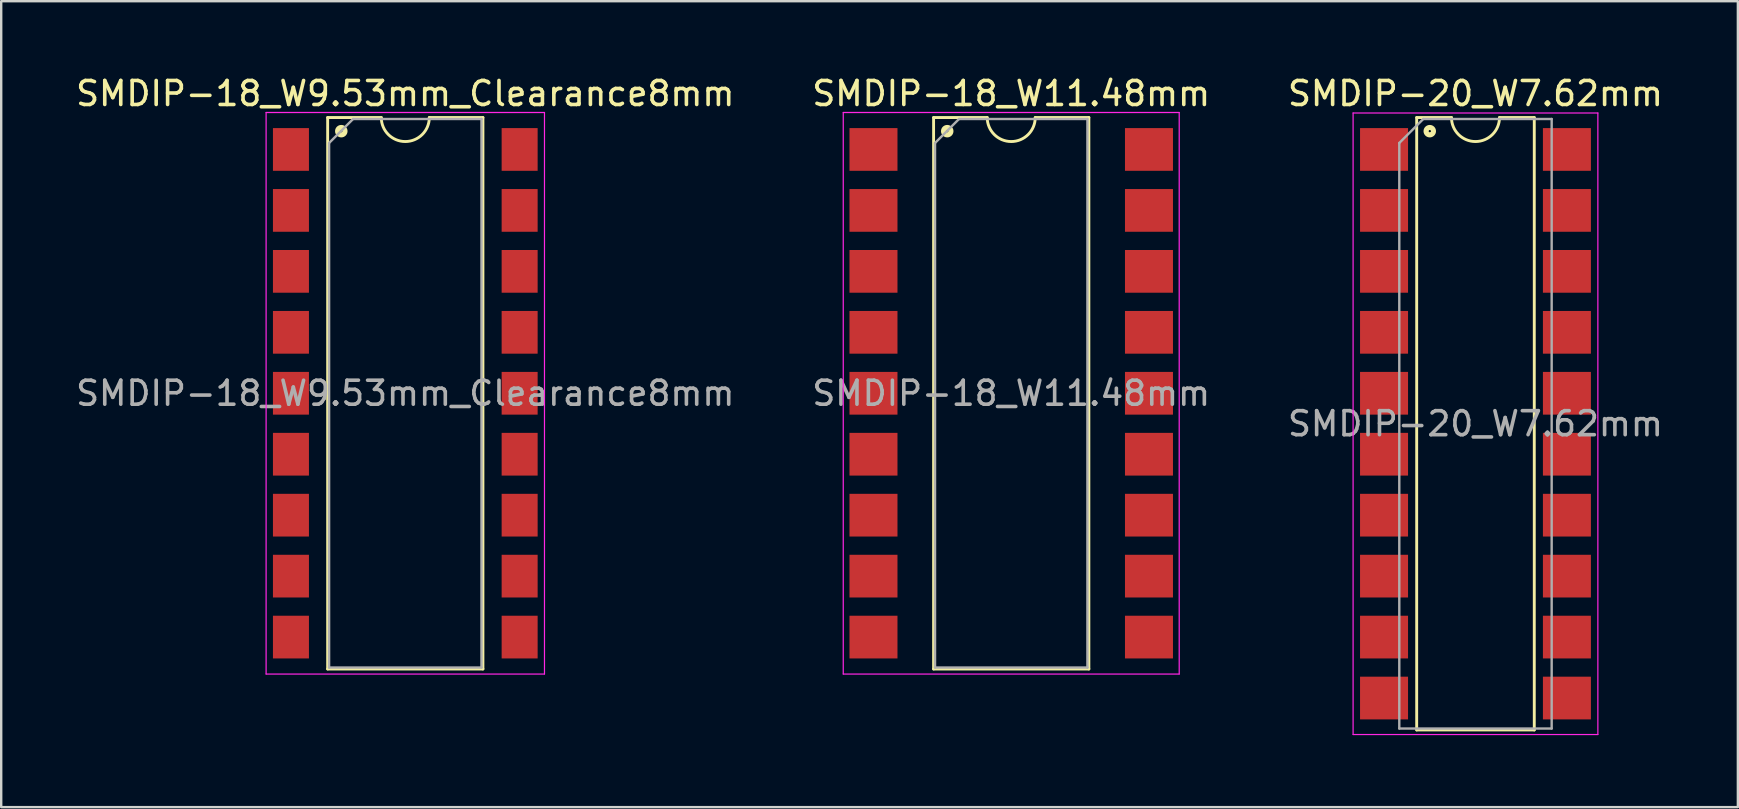
<source format=kicad_pcb>
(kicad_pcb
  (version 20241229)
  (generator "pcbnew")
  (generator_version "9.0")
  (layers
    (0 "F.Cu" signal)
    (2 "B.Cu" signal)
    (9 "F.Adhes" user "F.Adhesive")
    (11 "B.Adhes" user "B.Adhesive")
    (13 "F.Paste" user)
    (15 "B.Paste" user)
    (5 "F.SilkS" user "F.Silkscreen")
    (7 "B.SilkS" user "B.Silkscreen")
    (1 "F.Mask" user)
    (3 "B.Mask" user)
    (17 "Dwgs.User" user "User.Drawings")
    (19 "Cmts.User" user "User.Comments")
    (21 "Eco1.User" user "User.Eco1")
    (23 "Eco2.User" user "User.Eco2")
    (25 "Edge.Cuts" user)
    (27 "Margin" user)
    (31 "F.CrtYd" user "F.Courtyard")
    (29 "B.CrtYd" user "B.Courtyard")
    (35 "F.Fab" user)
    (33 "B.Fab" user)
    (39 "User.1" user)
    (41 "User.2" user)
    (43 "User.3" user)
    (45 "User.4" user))
  (footprint "SMDIP-18_W11.48mm"
    (layer "F.Cu")
    (at 39.089 13.338)
    (property "Reference" "SMDIP-18_W11.48mm" (at 0 -12.49 0) (layer "F.SilkS") (effects (font (size 1 1) (thickness 0.15))))
    (attr smd)
    (fp_line (start -3.235 -11.49) (end -3.235 11.49) (stroke (width 0.12) (type solid)) (layer "F.SilkS"))
    (fp_line (start -3.235 11.49) (end 3.235 11.49) (stroke (width 0.12) (type solid)) (layer "F.SilkS"))
    (fp_line (start -1 -11.49) (end -3.235 -11.49) (stroke (width 0.12) (type solid)) (layer "F.SilkS"))
    (fp_line (start 3.235 -11.49) (end 1 -11.49) (stroke (width 0.12) (type solid)) (layer "F.SilkS"))
    (fp_line (start 3.235 11.49) (end 3.235 -11.49) (stroke (width 0.12) (type solid)) (layer "F.SilkS"))
    (fp_arc (start 1 -11.49) (mid 0 -10.49) (end -1 -11.49) (stroke (width 0.12) (type solid)) (layer "F.SilkS"))
    (fp_circle (center -2.667 -10.922) (end -2.617 -10.922) (stroke (width 0.12) (type solid)) (fill no) (layer "F.SilkS"))
    (fp_circle (center -2.667 -10.922) (end -2.542 -10.922) (stroke (width 0.12) (type solid)) (fill no) (layer "F.SilkS"))
    (fp_circle (center -2.667 -10.922) (end -2.467 -10.922) (stroke (width 0.12) (type solid)) (fill no) (layer "F.SilkS"))
    (fp_line (start -7 -11.7) (end -7 11.7) (stroke (width 0.05) (type solid)) (layer "F.CrtYd"))
    (fp_line (start -7 11.7) (end 7 11.7) (stroke (width 0.05) (type solid)) (layer "F.CrtYd"))
    (fp_line (start 7 -11.7) (end -7 -11.7) (stroke (width 0.05) (type solid)) (layer "F.CrtYd"))
    (fp_line (start 7 11.7) (end 7 -11.7) (stroke (width 0.05) (type solid)) (layer "F.CrtYd"))
    (fp_line (start -3.175 -10.43) (end -2.175 -11.43) (stroke (width 0.1) (type solid)) (layer "F.Fab"))
    (fp_line (start -3.175 11.43) (end -3.175 -10.43) (stroke (width 0.1) (type solid)) (layer "F.Fab"))
    (fp_line (start -2.175 -11.43) (end 3.175 -11.43) (stroke (width 0.1) (type solid)) (layer "F.Fab"))
    (fp_line (start 3.175 -11.43) (end 3.175 11.43) (stroke (width 0.1) (type solid)) (layer "F.Fab"))
    (fp_line (start 3.175 11.43) (end -3.175 11.43) (stroke (width 0.1) (type solid)) (layer "F.Fab"))
    (fp_text user "${REFERENCE}" (at 0 0 0) (layer "F.Fab") (effects (font (size 1 1) (thickness 0.15))))
    (pad "1" smd rect (at -5.74 -10.16) (size 2 1.78) (layers "F.Cu" "F.Mask" "F.Paste"))
    (pad "2" smd rect (at -5.74 -7.62) (size 2 1.78) (layers "F.Cu" "F.Mask" "F.Paste"))
    (pad "3" smd rect (at -5.74 -5.08) (size 2 1.78) (layers "F.Cu" "F.Mask" "F.Paste"))
    (pad "4" smd rect (at -5.74 -2.54) (size 2 1.78) (layers "F.Cu" "F.Mask" "F.Paste"))
    (pad "5" smd rect (at -5.74 0) (size 2 1.78) (layers "F.Cu" "F.Mask" "F.Paste"))
    (pad "6" smd rect (at -5.74 2.54) (size 2 1.78) (layers "F.Cu" "F.Mask" "F.Paste"))
    (pad "7" smd rect (at -5.74 5.08) (size 2 1.78) (layers "F.Cu" "F.Mask" "F.Paste"))
    (pad "8" smd rect (at -5.74 7.62) (size 2 1.78) (layers "F.Cu" "F.Mask" "F.Paste"))
    (pad "9" smd rect (at -5.74 10.16) (size 2 1.78) (layers "F.Cu" "F.Mask" "F.Paste"))
    (pad "10" smd rect (at 5.74 10.16) (size 2 1.78) (layers "F.Cu" "F.Mask" "F.Paste"))
    (pad "11" smd rect (at 5.74 7.62) (size 2 1.78) (layers "F.Cu" "F.Mask" "F.Paste"))
    (pad "12" smd rect (at 5.74 5.08) (size 2 1.78) (layers "F.Cu" "F.Mask" "F.Paste"))
    (pad "13" smd rect (at 5.74 2.54) (size 2 1.78) (layers "F.Cu" "F.Mask" "F.Paste"))
    (pad "14" smd rect (at 5.74 0) (size 2 1.78) (layers "F.Cu" "F.Mask" "F.Paste"))
    (pad "15" smd rect (at 5.74 -2.54) (size 2 1.78) (layers "F.Cu" "F.Mask" "F.Paste"))
    (pad "16" smd rect (at 5.74 -5.08) (size 2 1.78) (layers "F.Cu" "F.Mask" "F.Paste"))
    (pad "17" smd rect (at 5.74 -7.62) (size 2 1.78) (layers "F.Cu" "F.Mask" "F.Paste"))
    (pad "18" smd rect (at 5.74 -10.16) (size 2 1.78) (layers "F.Cu" "F.Mask" "F.Paste")))
  (footprint "SMDIP-20_W7.62mm"
    (layer "F.Cu")
    (at 58.435 14.608)
    (property "Reference" "SMDIP-20_W7.62mm" (at 0 -13.76 0) (layer "F.SilkS") (effects (font (size 1 1) (thickness 0.15))))
    (attr smd)
    (fp_line (start -2.45 -12.76) (end -2.45 12.76) (stroke (width 0.12) (type solid)) (layer "F.SilkS"))
    (fp_line (start -2.45 12.76) (end 2.45 12.76) (stroke (width 0.12) (type solid)) (layer "F.SilkS"))
    (fp_line (start -1 -12.76) (end -2.45 -12.76) (stroke (width 0.12) (type solid)) (layer "F.SilkS"))
    (fp_line (start 2.45 -12.76) (end 1 -12.76) (stroke (width 0.12) (type solid)) (layer "F.SilkS"))
    (fp_line (start 2.45 12.76) (end 2.45 -12.76) (stroke (width 0.12) (type solid)) (layer "F.SilkS"))
    (fp_arc (start 1 -12.76) (mid 0 -11.76) (end -1 -12.76) (stroke (width 0.12) (type solid)) (layer "F.SilkS"))
    (fp_circle (center -1.905 -12.192) (end -1.855 -12.192) (stroke (width 0.12) (type solid)) (fill no) (layer "F.SilkS"))
    (fp_circle (center -1.905 -12.192) (end -1.78 -12.192) (stroke (width 0.12) (type solid)) (fill no) (layer "F.SilkS"))
    (fp_circle (center -1.905 -12.192) (end -1.705 -12.192) (stroke (width 0.12) (type solid)) (fill no) (layer "F.SilkS"))
    (fp_line (start -5.1 -12.95) (end -5.1 12.95) (stroke (width 0.05) (type solid)) (layer "F.CrtYd"))
    (fp_line (start -5.1 12.95) (end 5.1 12.95) (stroke (width 0.05) (type solid)) (layer "F.CrtYd"))
    (fp_line (start 5.1 -12.95) (end -5.1 -12.95) (stroke (width 0.05) (type solid)) (layer "F.CrtYd"))
    (fp_line (start 5.1 12.95) (end 5.1 -12.95) (stroke (width 0.05) (type solid)) (layer "F.CrtYd"))
    (fp_line (start -3.175 -11.7) (end -2.175 -12.7) (stroke (width 0.1) (type solid)) (layer "F.Fab"))
    (fp_line (start -3.175 12.7) (end -3.175 -11.7) (stroke (width 0.1) (type solid)) (layer "F.Fab"))
    (fp_line (start -2.175 -12.7) (end 3.175 -12.7) (stroke (width 0.1) (type solid)) (layer "F.Fab"))
    (fp_line (start 3.175 -12.7) (end 3.175 12.7) (stroke (width 0.1) (type solid)) (layer "F.Fab"))
    (fp_line (start 3.175 12.7) (end -3.175 12.7) (stroke (width 0.1) (type solid)) (layer "F.Fab"))
    (fp_text user "${REFERENCE}" (at 0 0 0) (layer "F.Fab") (effects (font (size 1 1) (thickness 0.15))))
    (pad "1" smd rect (at -3.81 -11.43) (size 2 1.78) (layers "F.Cu" "F.Mask" "F.Paste"))
    (pad "2" smd rect (at -3.81 -8.89) (size 2 1.78) (layers "F.Cu" "F.Mask" "F.Paste"))
    (pad "3" smd rect (at -3.81 -6.35) (size 2 1.78) (layers "F.Cu" "F.Mask" "F.Paste"))
    (pad "4" smd rect (at -3.81 -3.81) (size 2 1.78) (layers "F.Cu" "F.Mask" "F.Paste"))
    (pad "5" smd rect (at -3.81 -1.27) (size 2 1.78) (layers "F.Cu" "F.Mask" "F.Paste"))
    (pad "6" smd rect (at -3.81 1.27) (size 2 1.78) (layers "F.Cu" "F.Mask" "F.Paste"))
    (pad "7" smd rect (at -3.81 3.81) (size 2 1.78) (layers "F.Cu" "F.Mask" "F.Paste"))
    (pad "8" smd rect (at -3.81 6.35) (size 2 1.78) (layers "F.Cu" "F.Mask" "F.Paste"))
    (pad "9" smd rect (at -3.81 8.89) (size 2 1.78) (layers "F.Cu" "F.Mask" "F.Paste"))
    (pad "10" smd rect (at -3.81 11.43) (size 2 1.78) (layers "F.Cu" "F.Mask" "F.Paste"))
    (pad "11" smd rect (at 3.81 11.43) (size 2 1.78) (layers "F.Cu" "F.Mask" "F.Paste"))
    (pad "12" smd rect (at 3.81 8.89) (size 2 1.78) (layers "F.Cu" "F.Mask" "F.Paste"))
    (pad "13" smd rect (at 3.81 6.35) (size 2 1.78) (layers "F.Cu" "F.Mask" "F.Paste"))
    (pad "14" smd rect (at 3.81 3.81) (size 2 1.78) (layers "F.Cu" "F.Mask" "F.Paste"))
    (pad "15" smd rect (at 3.81 1.27) (size 2 1.78) (layers "F.Cu" "F.Mask" "F.Paste"))
    (pad "16" smd rect (at 3.81 -1.27) (size 2 1.78) (layers "F.Cu" "F.Mask" "F.Paste"))
    (pad "17" smd rect (at 3.81 -3.81) (size 2 1.78) (layers "F.Cu" "F.Mask" "F.Paste"))
    (pad "18" smd rect (at 3.81 -6.35) (size 2 1.78) (layers "F.Cu" "F.Mask" "F.Paste"))
    (pad "19" smd rect (at 3.81 -8.89) (size 2 1.78) (layers "F.Cu" "F.Mask" "F.Paste"))
    (pad "20" smd rect (at 3.81 -11.43) (size 2 1.78) (layers "F.Cu" "F.Mask" "F.Paste")))
  (footprint "SMDIP-18_W9.53mm_Clearance8mm"
    (layer "F.Cu")
    (at 13.839 13.338)
    (property "Reference" "SMDIP-18_W9.53mm_Clearance8mm" (at 0 -12.49 0) (layer "F.SilkS") (effects (font (size 1 1) (thickness 0.15))))
    (attr smd)
    (fp_line (start -3.235 -11.49) (end -3.235 11.49) (stroke (width 0.12) (type solid)) (layer "F.SilkS"))
    (fp_line (start -3.235 11.49) (end 3.235 11.49) (stroke (width 0.12) (type solid)) (layer "F.SilkS"))
    (fp_line (start -1 -11.49) (end -3.235 -11.49) (stroke (width 0.12) (type solid)) (layer "F.SilkS"))
    (fp_line (start 3.235 -11.49) (end 1 -11.49) (stroke (width 0.12) (type solid)) (layer "F.SilkS"))
    (fp_line (start 3.235 11.49) (end 3.235 -11.49) (stroke (width 0.12) (type solid)) (layer "F.SilkS"))
    (fp_arc (start 1 -11.49) (mid 0 -10.49) (end -1 -11.49) (stroke (width 0.12) (type solid)) (layer "F.SilkS"))
    (fp_circle (center -2.667 -10.922) (end -2.617 -10.922) (stroke (width 0.12) (type solid)) (fill no) (layer "F.SilkS"))
    (fp_circle (center -2.667 -10.922) (end -2.542 -10.922) (stroke (width 0.12) (type solid)) (fill no) (layer "F.SilkS"))
    (fp_circle (center -2.667 -10.922) (end -2.467 -10.922) (stroke (width 0.12) (type solid)) (fill no) (layer "F.SilkS"))
    (fp_line (start -5.8 -11.7) (end -5.8 11.7) (stroke (width 0.05) (type solid)) (layer "F.CrtYd"))
    (fp_line (start -5.8 11.7) (end 5.8 11.7) (stroke (width 0.05) (type solid)) (layer "F.CrtYd"))
    (fp_line (start 5.8 -11.7) (end -5.8 -11.7) (stroke (width 0.05) (type solid)) (layer "F.CrtYd"))
    (fp_line (start 5.8 11.7) (end 5.8 -11.7) (stroke (width 0.05) (type solid)) (layer "F.CrtYd"))
    (fp_line (start -3.175 -10.43) (end -2.175 -11.43) (stroke (width 0.1) (type solid)) (layer "F.Fab"))
    (fp_line (start -3.175 11.43) (end -3.175 -10.43) (stroke (width 0.1) (type solid)) (layer "F.Fab"))
    (fp_line (start -2.175 -11.43) (end 3.175 -11.43) (stroke (width 0.1) (type solid)) (layer "F.Fab"))
    (fp_line (start 3.175 -11.43) (end 3.175 11.43) (stroke (width 0.1) (type solid)) (layer "F.Fab"))
    (fp_line (start 3.175 11.43) (end -3.175 11.43) (stroke (width 0.1) (type solid)) (layer "F.Fab"))
    (fp_text user "${REFERENCE}" (at 0 0 0) (layer "F.Fab") (effects (font (size 1 1) (thickness 0.15))))
    (pad "1" smd rect (at -4.765 -10.16) (size 1.5 1.78) (layers "F.Cu" "F.Mask" "F.Paste"))
    (pad "2" smd rect (at -4.765 -7.62) (size 1.5 1.78) (layers "F.Cu" "F.Mask" "F.Paste"))
    (pad "3" smd rect (at -4.765 -5.08) (size 1.5 1.78) (layers "F.Cu" "F.Mask" "F.Paste"))
    (pad "4" smd rect (at -4.765 -2.54) (size 1.5 1.78) (layers "F.Cu" "F.Mask" "F.Paste"))
    (pad "5" smd rect (at -4.765 0) (size 1.5 1.78) (layers "F.Cu" "F.Mask" "F.Paste"))
    (pad "6" smd rect (at -4.765 2.54) (size 1.5 1.78) (layers "F.Cu" "F.Mask" "F.Paste"))
    (pad "7" smd rect (at -4.765 5.08) (size 1.5 1.78) (layers "F.Cu" "F.Mask" "F.Paste"))
    (pad "8" smd rect (at -4.765 7.62) (size 1.5 1.78) (layers "F.Cu" "F.Mask" "F.Paste"))
    (pad "9" smd rect (at -4.765 10.16) (size 1.5 1.78) (layers "F.Cu" "F.Mask" "F.Paste"))
    (pad "10" smd rect (at 4.765 10.16) (size 1.5 1.78) (layers "F.Cu" "F.Mask" "F.Paste"))
    (pad "11" smd rect (at 4.765 7.62) (size 1.5 1.78) (layers "F.Cu" "F.Mask" "F.Paste"))
    (pad "12" smd rect (at 4.765 5.08) (size 1.5 1.78) (layers "F.Cu" "F.Mask" "F.Paste"))
    (pad "13" smd rect (at 4.765 2.54) (size 1.5 1.78) (layers "F.Cu" "F.Mask" "F.Paste"))
    (pad "14" smd rect (at 4.765 0) (size 1.5 1.78) (layers "F.Cu" "F.Mask" "F.Paste"))
    (pad "15" smd rect (at 4.765 -2.54) (size 1.5 1.78) (layers "F.Cu" "F.Mask" "F.Paste"))
    (pad "16" smd rect (at 4.765 -5.08) (size 1.5 1.78) (layers "F.Cu" "F.Mask" "F.Paste"))
    (pad "17" smd rect (at 4.765 -7.62) (size 1.5 1.78) (layers "F.Cu" "F.Mask" "F.Paste"))
    (pad "18" smd rect (at 4.765 -10.16) (size 1.5 1.78) (layers "F.Cu" "F.Mask" "F.Paste")))
  (gr_rect
    (start -3 -3)
    (end 69.369 30.583)
    (stroke (width 0.1) (type default))
    (fill no)
    (layer "Edge.Cuts")))
</source>
